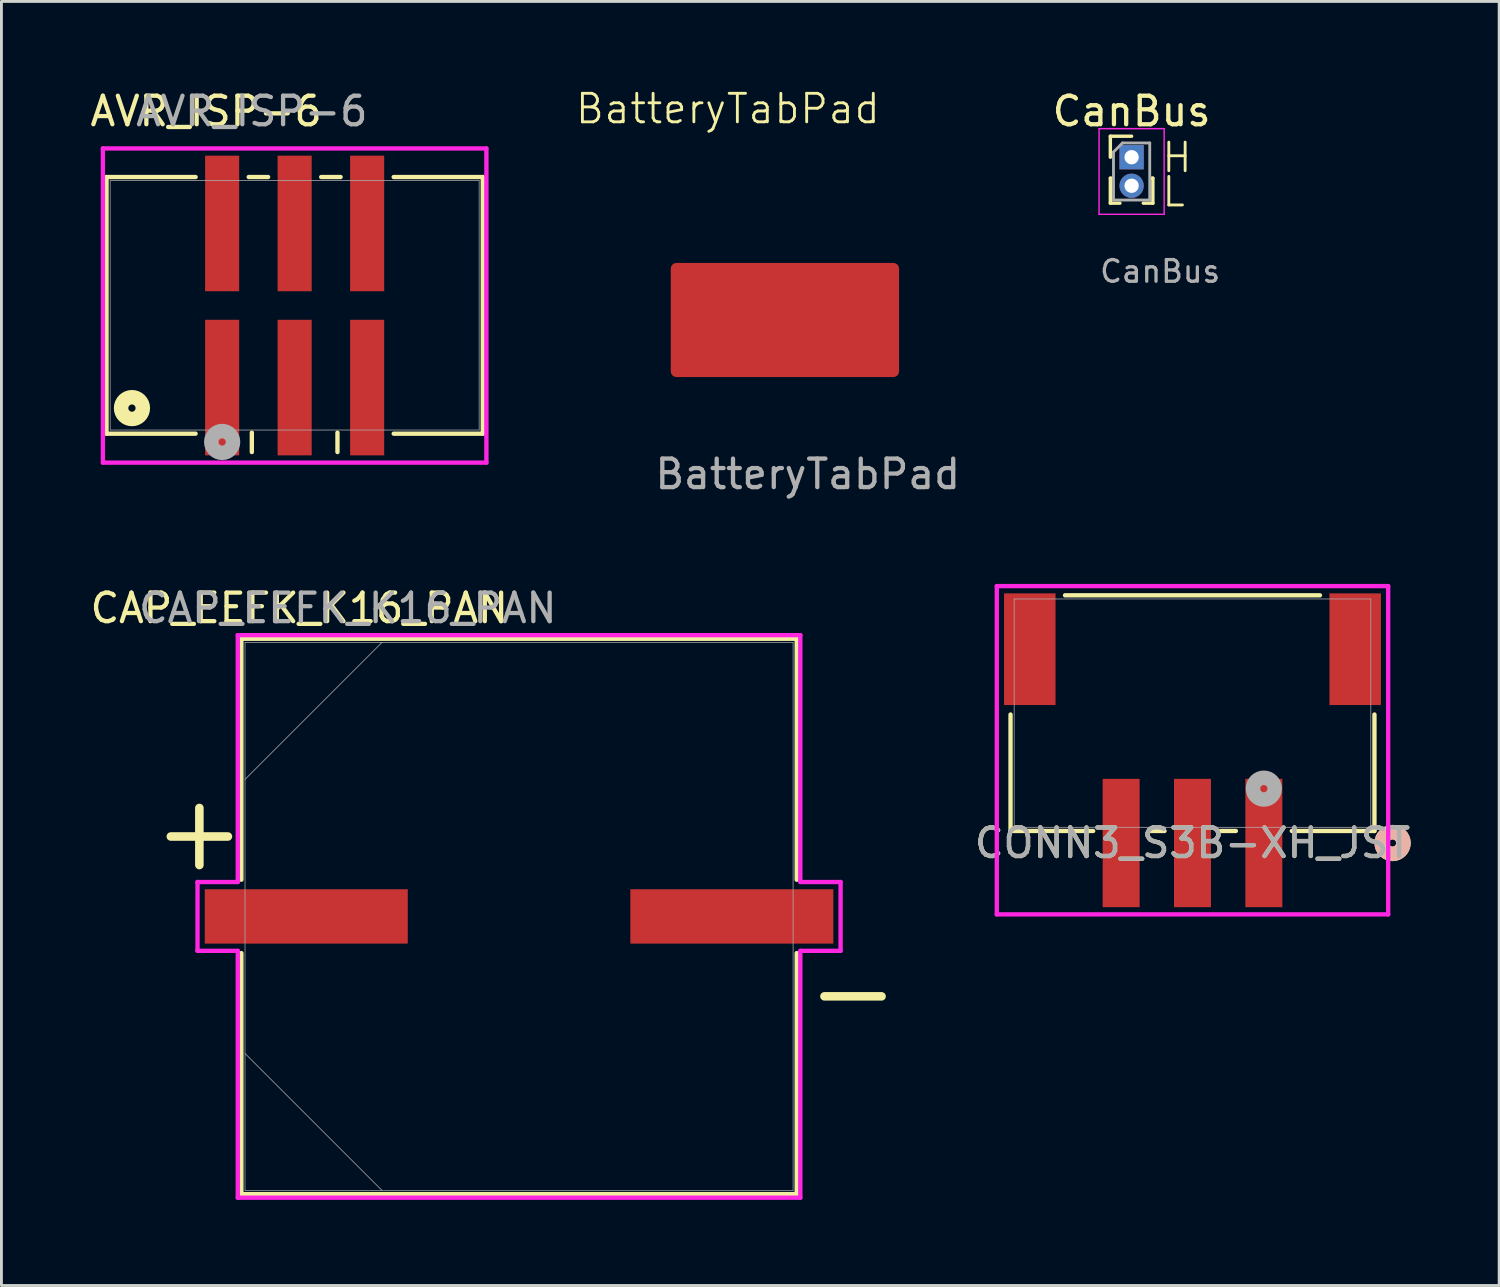
<source format=kicad_pcb>
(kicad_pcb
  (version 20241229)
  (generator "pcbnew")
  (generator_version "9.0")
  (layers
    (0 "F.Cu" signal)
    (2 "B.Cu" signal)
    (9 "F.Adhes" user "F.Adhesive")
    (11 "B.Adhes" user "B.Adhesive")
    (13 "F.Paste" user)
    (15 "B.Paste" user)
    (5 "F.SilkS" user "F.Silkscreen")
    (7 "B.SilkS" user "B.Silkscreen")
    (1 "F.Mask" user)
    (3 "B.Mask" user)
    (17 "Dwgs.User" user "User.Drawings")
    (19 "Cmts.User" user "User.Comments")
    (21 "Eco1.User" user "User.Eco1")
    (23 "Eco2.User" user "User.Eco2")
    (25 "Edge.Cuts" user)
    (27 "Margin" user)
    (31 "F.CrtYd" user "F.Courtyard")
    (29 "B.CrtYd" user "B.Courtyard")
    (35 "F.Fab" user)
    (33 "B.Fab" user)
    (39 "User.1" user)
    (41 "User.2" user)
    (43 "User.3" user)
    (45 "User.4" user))
  (footprint "CAP_EEFK_K16_PAN"
    (layer "F.Cu")
    (at 15.135 29.057)
    (property "Reference" "CAP_EEFK_K16_PAN" (at -7.7 -10.8 0) (unlocked yes) (layer "F.SilkS") (effects (font (size 1 1) (thickness 0.15))))
    (attr smd)
    (fp_line (start -11.2 -1.8) (end -11.2 -3.8) (stroke (width 0.3) (type solid)) (layer "F.SilkS"))
    (fp_line (start -10.2 -2.8) (end -12.2 -2.8) (stroke (width 0.3) (type solid)) (layer "F.SilkS"))
    (fp_line (start -9.728 -9.728) (end -9.728 -1.285) (stroke (width 0.152) (type solid)) (layer "F.SilkS"))
    (fp_line (start -9.728 1.285) (end -9.728 9.728) (stroke (width 0.152) (type solid)) (layer "F.SilkS"))
    (fp_line (start -9.728 9.728) (end 9.728 9.728) (stroke (width 0.152) (type solid)) (layer "F.SilkS"))
    (fp_line (start 9.728 -9.728) (end -9.728 -9.728) (stroke (width 0.152) (type solid)) (layer "F.SilkS"))
    (fp_line (start 9.728 -1.285) (end 9.728 -9.728) (stroke (width 0.152) (type solid)) (layer "F.SilkS"))
    (fp_line (start 9.728 9.728) (end 9.728 1.285) (stroke (width 0.152) (type solid)) (layer "F.SilkS"))
    (fp_line (start 12.7 2.8) (end 10.7 2.8) (stroke (width 0.3) (type solid)) (layer "F.SilkS"))
    (fp_line (start -11.265 -1.206) (end -9.855 -1.206) (stroke (width 0.152) (type solid)) (layer "F.CrtYd"))
    (fp_line (start -11.265 1.206) (end -11.265 -1.206) (stroke (width 0.152) (type solid)) (layer "F.CrtYd"))
    (fp_line (start -9.855 -9.855) (end 9.855 -9.855) (stroke (width 0.152) (type solid)) (layer "F.CrtYd"))
    (fp_line (start -9.855 -1.206) (end -9.855 -9.855) (stroke (width 0.152) (type solid)) (layer "F.CrtYd"))
    (fp_line (start -9.855 1.206) (end -11.265 1.206) (stroke (width 0.152) (type solid)) (layer "F.CrtYd"))
    (fp_line (start -9.855 9.855) (end -9.855 1.206) (stroke (width 0.152) (type solid)) (layer "F.CrtYd"))
    (fp_line (start 9.855 -9.855) (end 9.855 -1.206) (stroke (width 0.152) (type solid)) (layer "F.CrtYd"))
    (fp_line (start 9.855 -1.206) (end 11.265 -1.206) (stroke (width 0.152) (type solid)) (layer "F.CrtYd"))
    (fp_line (start 9.855 1.206) (end 9.855 9.855) (stroke (width 0.152) (type solid)) (layer "F.CrtYd"))
    (fp_line (start 9.855 9.855) (end -9.855 9.855) (stroke (width 0.152) (type solid)) (layer "F.CrtYd"))
    (fp_line (start 11.265 -1.206) (end 11.265 1.206) (stroke (width 0.152) (type solid)) (layer "F.CrtYd"))
    (fp_line (start 11.265 1.206) (end 9.855 1.206) (stroke (width 0.152) (type solid)) (layer "F.CrtYd"))
    (fp_line (start -9.601 -9.601) (end -9.601 9.601) (stroke (width 0.025) (type solid)) (layer "F.Fab"))
    (fp_line (start -9.601 -4.801) (end -4.801 -9.601) (stroke (width 0.025) (type solid)) (layer "F.Fab"))
    (fp_line (start -9.601 4.801) (end -4.801 9.601) (stroke (width 0.025) (type solid)) (layer "F.Fab"))
    (fp_line (start -9.601 9.601) (end 9.601 9.601) (stroke (width 0.025) (type solid)) (layer "F.Fab"))
    (fp_line (start 9.601 -9.601) (end -9.601 -9.601) (stroke (width 0.025) (type solid)) (layer "F.Fab"))
    (fp_line (start 9.601 9.601) (end 9.601 -9.601) (stroke (width 0.025) (type solid)) (layer "F.Fab"))
    (fp_text user "${REFERENCE}" (at -6 -10.8 0) (unlocked yes) (layer "F.Fab") (effects (font (size 1 1) (thickness 0.15))))
    (pad "1" smd rect (at -7.455 0) (size 7.112 1.905) (layers "F.Cu" "F.Mask" "F.Paste"))
    (pad "2" smd rect (at 7.455 0) (size 7.112 1.905) (layers "F.Cu" "F.Mask" "F.Paste"))
    (zone (net_name "") (layer "F.Cu") (hatch full 0.508) (connect_pads) (min_thickness 0.254) (filled_areas_thickness no) (keepout (tracks not_allowed) (vias not_allowed) (pads allowed) (copperpour not_allowed) (footprints allowed)) (placement (enabled no)) (fill) (polygon (pts (xy 5.584 19.507) (xy 24.685 19.507) (xy 24.685 28.054) (xy 5.584 28.054))))
    (zone (net_name "") (layer "F.Cu") (hatch full 0.508) (connect_pads) (min_thickness 0.254) (filled_areas_thickness no) (keepout (tracks not_allowed) (vias not_allowed) (pads allowed) (copperpour not_allowed) (footprints allowed)) (placement (enabled no)) (fill) (polygon (pts (xy 5.584 30.06) (xy 24.685 30.06) (xy 24.685 38.607) (xy 5.584 38.607))))
    (zone (net_name "") (layer "F.Cu") (hatch full 0.508) (connect_pads) (min_thickness 0.254) (filled_areas_thickness no) (keepout (tracks not_allowed) (vias not_allowed) (pads allowed) (copperpour not_allowed) (footprints allowed)) (placement (enabled no)) (fill) (polygon (pts (xy 11.286 28.054) (xy 18.983 28.054) (xy 18.983 30.06) (xy 11.286 30.06)))))
  (footprint "CanBus"
    (layer "F.Cu")
    (at 36.596 2.458)
    (property "Reference" "CanBus" (at 0 -1.61 0) (layer "F.SilkS") (effects (font (size 1 1) (thickness 0.15))))
    (attr through_hole)
    (fp_line (start -0.745 -0.735) (end 0 -0.735) (stroke (width 0.12) (type solid)) (layer "F.SilkS"))
    (fp_line (start -0.745 0) (end -0.745 -0.735) (stroke (width 0.12) (type solid)) (layer "F.SilkS"))
    (fp_line (start -0.745 0.735) (end -0.745 1.61) (stroke (width 0.12) (type solid)) (layer "F.SilkS"))
    (fp_line (start -0.745 0.735) (end -0.686 0.735) (stroke (width 0.12) (type solid)) (layer "F.SilkS"))
    (fp_line (start -0.745 1.61) (end -0.41 1.61) (stroke (width 0.12) (type solid)) (layer "F.SilkS"))
    (fp_line (start 0.41 1.61) (end 0.745 1.61) (stroke (width 0.12) (type solid)) (layer "F.SilkS"))
    (fp_line (start 0.686 0.735) (end 0.745 0.735) (stroke (width 0.12) (type solid)) (layer "F.SilkS"))
    (fp_line (start 0.745 0.735) (end 0.745 1.61) (stroke (width 0.12) (type solid)) (layer "F.SilkS"))
    (fp_line (start -1.14 -1) (end -1.14 2) (stroke (width 0.05) (type solid)) (layer "F.CrtYd"))
    (fp_line (start -1.14 2) (end 1.14 2) (stroke (width 0.05) (type solid)) (layer "F.CrtYd"))
    (fp_line (start 1.14 -1) (end -1.14 -1) (stroke (width 0.05) (type solid)) (layer "F.CrtYd"))
    (fp_line (start 1.14 2) (end 1.14 -1) (stroke (width 0.05) (type solid)) (layer "F.CrtYd"))
    (fp_line (start -0.635 -0.182) (end -0.318 -0.5) (stroke (width 0.1) (type solid)) (layer "F.Fab"))
    (fp_line (start -0.635 1.5) (end -0.635 -0.182) (stroke (width 0.1) (type solid)) (layer "F.Fab"))
    (fp_line (start -0.318 -0.5) (end 0.635 -0.5) (stroke (width 0.1) (type solid)) (layer "F.Fab"))
    (fp_line (start 0.635 -0.5) (end 0.635 1.5) (stroke (width 0.1) (type solid)) (layer "F.Fab"))
    (fp_line (start 0.635 1.5) (end -0.635 1.5) (stroke (width 0.1) (type solid)) (layer "F.Fab"))
    (fp_text user "H" (at 1 0.6 0) (unlocked yes) (layer "F.SilkS") (effects (font (size 1 1) (thickness 0.1)) (justify left bottom)))
    (fp_text user "L" (at 1 1.8 0) (unlocked yes) (layer "F.SilkS") (effects (font (size 1 1) (thickness 0.1)) (justify left bottom)))
    (fp_text user "${REFERENCE}" (at 1 4 180) (layer "F.Fab") (effects (font (size 0.76 0.76) (thickness 0.114))))
    (pad "1" thru_hole rect (at 0 0) (size 0.85 0.85) (drill 0.5) (layers "*.Cu" "*.Mask"))
    (pad "2" thru_hole circle (at 0 1) (size 0.85 0.85) (drill 0.5) (layers "*.Cu" "*.Mask")))
  (footprint "AVR_ISP-6"
    (layer "F.Cu")
    (at 7.273 7.648)
    (property "Reference" "AVR_ISP-6" (at -3.1 -6.8 0) (unlocked yes) (layer "F.SilkS") (effects (font (size 1 1) (thickness 0.15))))
    (attr smd)
    (fp_line (start -6.591 -4.496) (end -6.591 4.496) (stroke (width 0.152) (type solid)) (layer "F.SilkS"))
    (fp_line (start -6.591 4.496) (end -3.47 4.496) (stroke (width 0.152) (type solid)) (layer "F.SilkS"))
    (fp_line (start -3.47 -4.496) (end -6.591 -4.496) (stroke (width 0.152) (type solid)) (layer "F.SilkS"))
    (fp_line (start -1.5 5.14) (end -1.5 4.46) (stroke (width 0.152) (type solid)) (layer "F.SilkS"))
    (fp_line (start -0.93 -4.496) (end -1.61 -4.496) (stroke (width 0.152) (type solid)) (layer "F.SilkS"))
    (fp_line (start 1.5 4.46) (end 1.5 5.14) (stroke (width 0.152) (type solid)) (layer "F.SilkS"))
    (fp_line (start 1.61 -4.496) (end 0.93 -4.496) (stroke (width 0.152) (type solid)) (layer "F.SilkS"))
    (fp_line (start 3.47 4.496) (end 6.591 4.496) (stroke (width 0.152) (type solid)) (layer "F.SilkS"))
    (fp_line (start 6.591 -4.496) (end 3.47 -4.496) (stroke (width 0.152) (type solid)) (layer "F.SilkS"))
    (fp_line (start 6.591 4.496) (end 6.591 -4.496) (stroke (width 0.152) (type solid)) (layer "F.SilkS"))
    (fp_circle (center -5.7 3.6) (end -5.319 3.6) (stroke (width 0.508) (type solid)) (fill no) (layer "F.SilkS"))
    (fp_line (start -6.718 -5.498) (end -6.718 5.51) (stroke (width 0.152) (type solid)) (layer "F.CrtYd"))
    (fp_line (start -6.718 5.51) (end 6.718 5.51) (stroke (width 0.152) (type solid)) (layer "F.CrtYd"))
    (fp_line (start 6.718 -5.498) (end -6.718 -5.498) (stroke (width 0.152) (type solid)) (layer "F.CrtYd"))
    (fp_line (start 6.718 5.51) (end 6.718 -5.498) (stroke (width 0.152) (type solid)) (layer "F.CrtYd"))
    (fp_line (start -6.464 -4.369) (end -6.464 4.369) (stroke (width 0.025) (type solid)) (layer "F.Fab"))
    (fp_line (start -6.464 4.369) (end 6.464 4.369) (stroke (width 0.025) (type solid)) (layer "F.Fab"))
    (fp_line (start 6.464 -4.369) (end -6.464 -4.369) (stroke (width 0.025) (type solid)) (layer "F.Fab"))
    (fp_line (start 6.464 4.369) (end 6.464 -4.369) (stroke (width 0.025) (type solid)) (layer "F.Fab"))
    (fp_circle (center -2.54 4.786) (end -2.159 4.786) (stroke (width 0.508) (type solid)) (fill no) (layer "F.Fab"))
    (fp_text user "${REFERENCE}" (at -1.5 -6.8 0) (unlocked yes) (layer "F.Fab") (effects (font (size 1 1) (thickness 0.15))))
    (pad "1" smd rect (at -2.54 2.881) (size 1.194 4.75) (layers "F.Cu" "F.Mask" "F.Paste"))
    (pad "2" smd rect (at -2.54 -2.869) (size 1.194 4.75) (layers "F.Cu" "F.Mask" "F.Paste"))
    (pad "3" smd rect (at 0 2.881) (size 1.194 4.75) (layers "F.Cu" "F.Mask" "F.Paste"))
    (pad "4" smd rect (at 0 -2.869) (size 1.194 4.75) (layers "F.Cu" "F.Mask" "F.Paste"))
    (pad "5" smd rect (at 2.54 2.881) (size 1.194 4.75) (layers "F.Cu" "F.Mask" "F.Paste"))
    (pad "6" smd rect (at 2.54 -2.869) (size 1.194 4.75) (layers "F.Cu" "F.Mask" "F.Paste")))
  (footprint "BatteryTabPad"
    (layer "F.Cu")
    (at 24.45 8.161)
    (property "Reference" "BatteryTabPad" (at -2 -7.4 0) (unlocked yes) (layer "F.SilkS") (effects (font (size 1 1) (thickness 0.1))))
    (attr smd)
    (fp_text user "${REFERENCE}" (at 0.8 5.4 0) (unlocked yes) (layer "F.Fab") (effects (font (size 1 1) (thickness 0.15))))
    (pad "1" smd roundrect (at 0 0) (size 8 4) (layers "F.Cu" "F.Mask" "F.Paste") (roundrect_rratio 0.05)))
  (footprint "CONN3_S3B-XH_JST"
    (layer "F.Cu")
    (at 38.729 21.935)
    (property "Reference" "CONN3_S3B-XH_JST" (at 0 4.55 0) (unlocked yes) (layer "F.SilkS") (effects (font (size 1 1) (thickness 0.15))))
    (attr smd)
    (fp_line (start -6.375 0.048) (end -6.375 4.128) (stroke (width 0.152) (type solid)) (layer "F.SilkS"))
    (fp_line (start -6.375 4.128) (end -3.48 4.128) (stroke (width 0.152) (type solid)) (layer "F.SilkS"))
    (fp_line (start -1.52 4.128) (end -0.98 4.128) (stroke (width 0.152) (type solid)) (layer "F.SilkS"))
    (fp_line (start 0.98 4.128) (end 1.52 4.128) (stroke (width 0.152) (type solid)) (layer "F.SilkS"))
    (fp_line (start 3.48 4.128) (end 6.375 4.128) (stroke (width 0.152) (type solid)) (layer "F.SilkS"))
    (fp_line (start 4.466 -4.128) (end -4.466 -4.128) (stroke (width 0.152) (type solid)) (layer "F.SilkS"))
    (fp_line (start 6.375 4.128) (end 6.375 0.048) (stroke (width 0.152) (type solid)) (layer "F.SilkS"))
    (fp_circle (center 7.01 4.55) (end 7.391 4.55) (stroke (width 0.508) (type solid)) (fill no) (layer "F.SilkS"))
    (fp_circle (center 7.01 4.55) (end 7.391 4.55) (stroke (width 0.508) (type solid)) (fill no) (layer "B.SilkS"))
    (fp_line (start -6.856 -4.45) (end -6.856 7.051) (stroke (width 0.152) (type solid)) (layer "F.CrtYd"))
    (fp_line (start -6.856 7.051) (end 6.856 7.051) (stroke (width 0.152) (type solid)) (layer "F.CrtYd"))
    (fp_line (start 6.856 -4.45) (end -6.856 -4.45) (stroke (width 0.152) (type solid)) (layer "F.CrtYd"))
    (fp_line (start 6.856 7.051) (end 6.856 -4.45) (stroke (width 0.152) (type solid)) (layer "F.CrtYd"))
    (fp_line (start -6.248 -4) (end -6.248 4) (stroke (width 0.025) (type solid)) (layer "F.Fab"))
    (fp_line (start -6.248 4) (end 6.248 4) (stroke (width 0.025) (type solid)) (layer "F.Fab"))
    (fp_line (start 6.248 -4) (end -6.248 -4) (stroke (width 0.025) (type solid)) (layer "F.Fab"))
    (fp_line (start 6.248 4) (end 6.248 -4) (stroke (width 0.025) (type solid)) (layer "F.Fab"))
    (fp_circle (center 2.5 2.645) (end 2.881 2.645) (stroke (width 0.508) (type solid)) (fill no) (layer "F.Fab"))
    (fp_text user "${REFERENCE}" (at 0 4.55 0) (unlocked yes) (layer "F.Fab") (effects (font (size 1 1) (thickness 0.15))))
    (pad "1" smd rect (at 2.5 4.55) (size 1.295 4.496) (layers "F.Cu" "F.Mask" "F.Paste"))
    (pad "2" smd rect (at 0 4.55) (size 1.295 4.496) (layers "F.Cu" "F.Mask" "F.Paste"))
    (pad "3" smd rect (at -2.5 4.55) (size 1.295 4.496) (layers "F.Cu" "F.Mask" "F.Paste"))
    (pad "4" smd rect (at -5.7 -2.24) (size 1.803 3.912) (layers "F.Cu" "F.Mask" "F.Paste"))
    (pad "5" smd rect (at 5.7 -2.24) (size 1.803 3.912) (layers "F.Cu" "F.Mask" "F.Paste")))
  (gr_rect
    (start -3 -3)
    (end 49.473 41.988)
    (stroke (width 0.1) (type default))
    (fill no)
    (layer "Edge.Cuts")))
</source>
